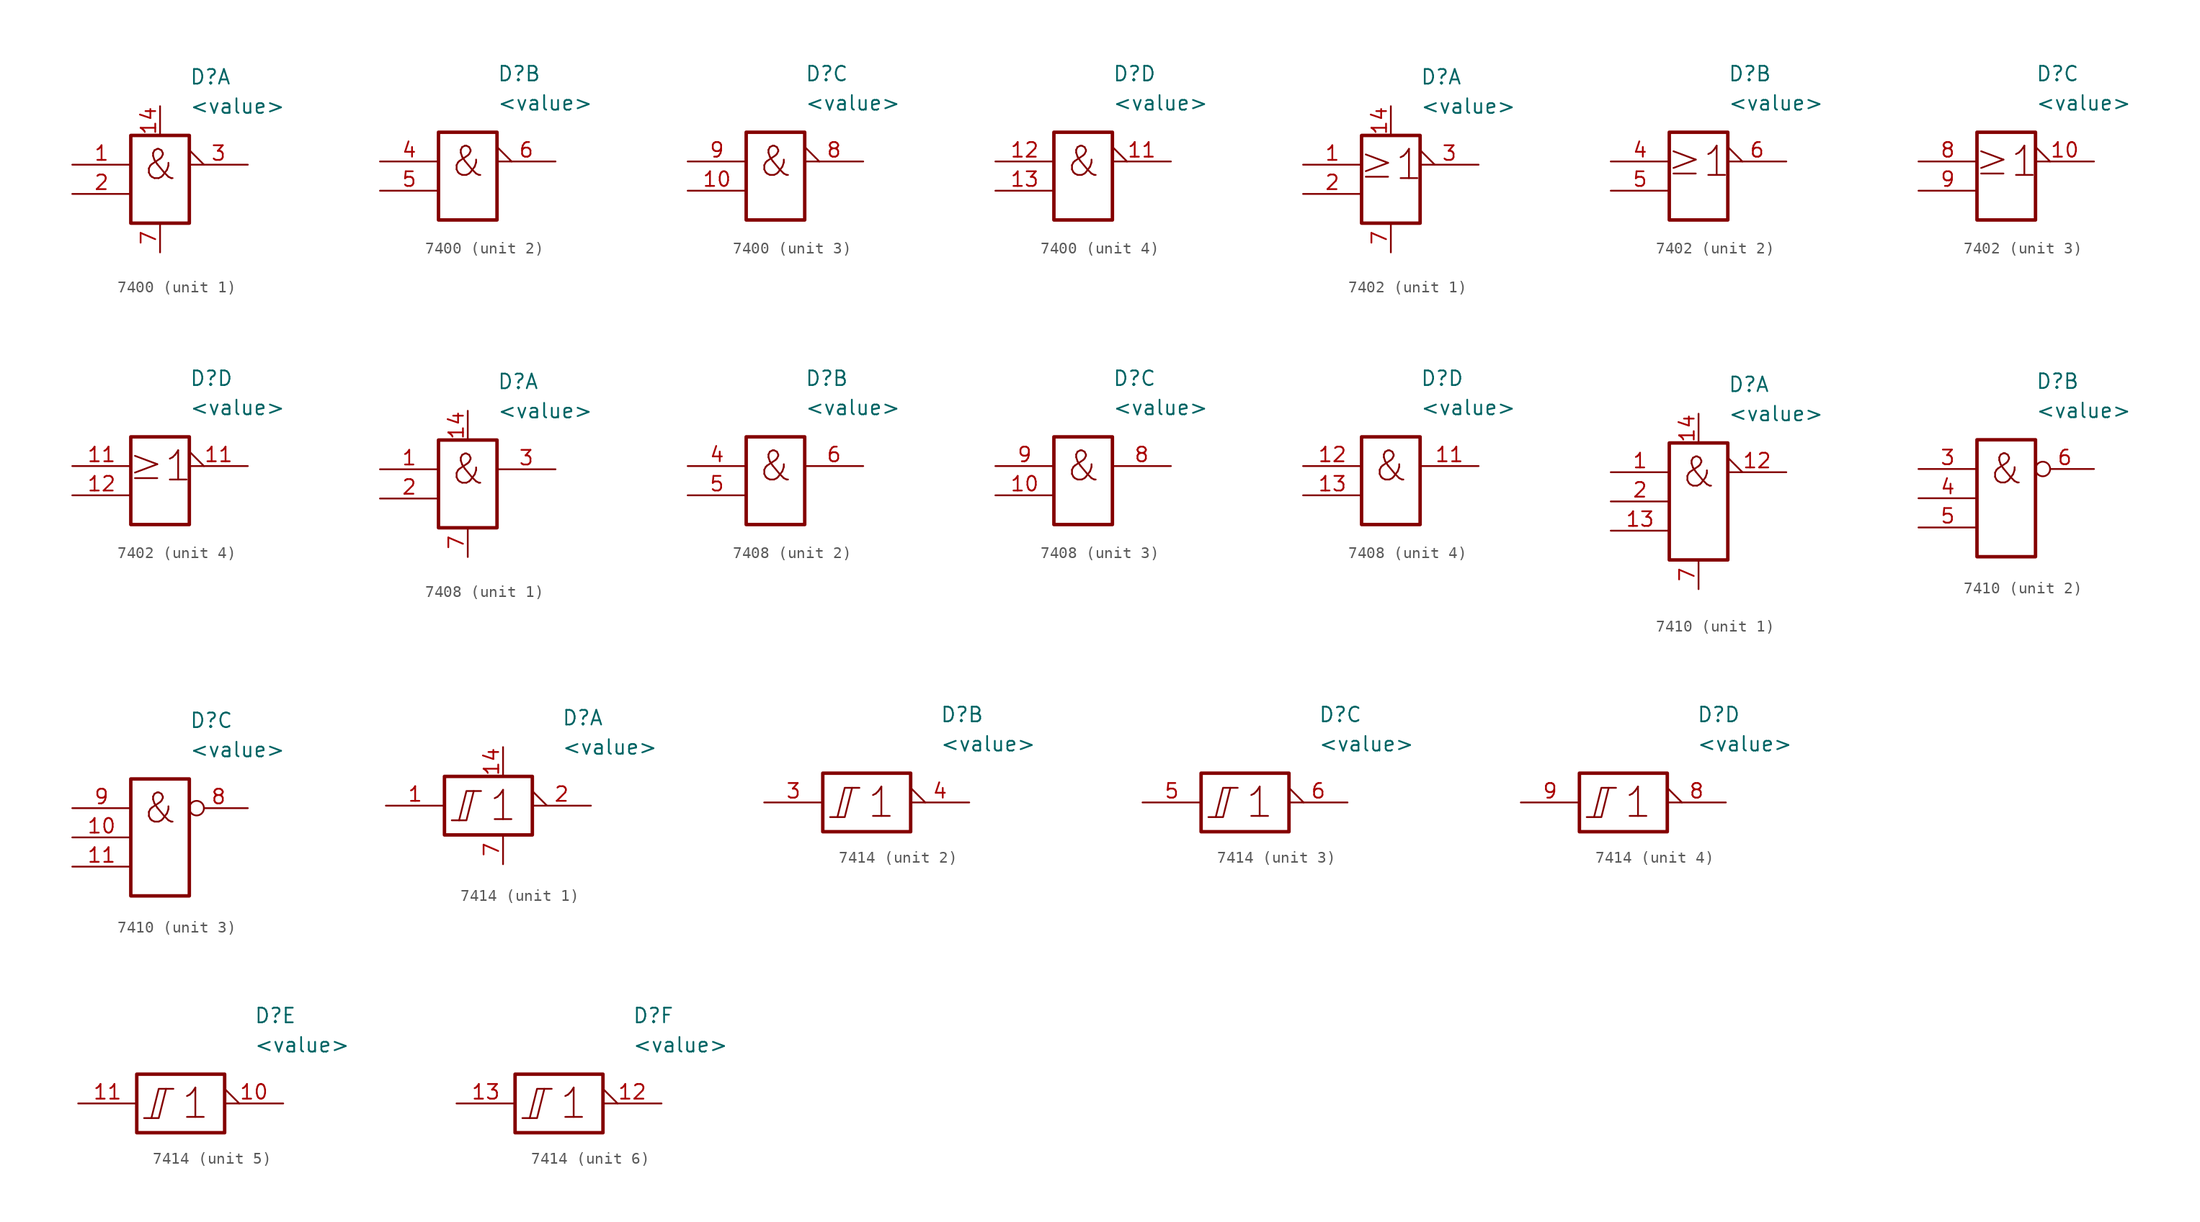
<source format=kicad_sym>
(kicad_symbol_lib
  (version 20231120)
  (generator "kicad_symbol_editor")
  (generator_version "8.0")
  (symbol "7400"
    (pin_names
      (offset 1) hide)
    (property "Reference" "D"
      (at 2.54 7.62 0)
      (effects (font (size 1.27 1.27)) (justify left)))
    (property "Value" "<value>"
      (at 2.54 5.08 0)
      (effects (font (size 1.27 1.27)) (justify left)))
    (symbol "7400_0_1"
      (rectangle (start -2.54 2.54) (end 2.54 -5.08) (stroke (width 0.3) (type default)) (fill (type none)))
      (text "&" (at 0 0 0) (effects (font (size 2.54 2.54)))))
    (symbol "7400_1_1"
      (pin input line (at -7.62 0 0) (length 5.08) (name "" (effects (font (size 1.27 1.27)))) (number "1" (effects (font (size 1.27 1.27)))))
      (pin power_in line (at 0 5.08 270) (length 2.54) (name "" (effects (font (size 1.27 1.27)))) (number "14" (effects (font (size 1.27 1.27)))))
      (pin input line (at -7.62 -2.54 0) (length 5.08) (name "" (effects (font (size 1.27 1.27)))) (number "2" (effects (font (size 1.27 1.27)))))
      (pin output output_low (at 7.62 0 180) (length 5.08) (name "" (effects (font (size 1.27 1.27)))) (number "3" (effects (font (size 1.27 1.27)))))
      (pin power_in line (at 0 -7.62 90) (length 2.54) (name "" (effects (font (size 1.27 1.27)))) (number "7" (effects (font (size 1.27 1.27))))))
    (symbol "7400_2_1"
      (pin input line (at -7.62 0 0) (length 5.08) (name "" (effects (font (size 1.27 1.27)))) (number "4" (effects (font (size 1.27 1.27)))))
      (pin input line (at -7.62 -2.54 0) (length 5.08) (name "" (effects (font (size 1.27 1.27)))) (number "5" (effects (font (size 1.27 1.27)))))
      (pin output output_low (at 7.62 0 180) (length 5.08) (name "" (effects (font (size 1.27 1.27)))) (number "6" (effects (font (size 1.27 1.27))))))
    (symbol "7400_3_1"
      (pin input line (at -7.62 -2.54 0) (length 5.08) (name "" (effects (font (size 1.27 1.27)))) (number "10" (effects (font (size 1.27 1.27)))))
      (pin output output_low (at 7.62 0 180) (length 5.08) (name "" (effects (font (size 1.27 1.27)))) (number "8" (effects (font (size 1.27 1.27)))))
      (pin input line (at -7.62 0 0) (length 5.08) (name "" (effects (font (size 1.27 1.27)))) (number "9" (effects (font (size 1.27 1.27))))))
    (symbol "7400_4_1"
      (pin output output_low (at 7.62 0 180) (length 5.08) (name "" (effects (font (size 1.27 1.27)))) (number "11" (effects (font (size 1.27 1.27)))))
      (pin input line (at -7.62 0 0) (length 5.08) (name "" (effects (font (size 1.27 1.27)))) (number "12" (effects (font (size 1.27 1.27)))))
      (pin input line (at -7.62 -2.54 0) (length 5.08) (name "" (effects (font (size 1.27 1.27)))) (number "13" (effects (font (size 1.27 1.27)))))))
  (symbol "7402"
    (pin_names
      (offset 1) hide)
    (property "Reference" "D"
      (at 2.54 7.62 0)
      (effects (font (size 1.27 1.27)) (justify left)))
    (property "Value" "<value>"
      (at 2.54 5.08 0)
      (effects (font (size 1.27 1.27)) (justify left)))
    (symbol "7402_0_1"
      (rectangle (start -2.54 2.54) (end 2.54 -5.08) (stroke (width 0.3) (type default)) (fill (type none)))
      (text "≥1" (at 0 0 0) (effects (font (size 2.54 2.54)))))
    (symbol "7402_1_1"
      (pin input line (at -7.62 0 0) (length 5.08) (name "" (effects (font (size 1.27 1.27)))) (number "1" (effects (font (size 1.27 1.27)))))
      (pin power_in line (at 0 5.08 270) (length 2.54) (name "" (effects (font (size 1.27 1.27)))) (number "14" (effects (font (size 1.27 1.27)))))
      (pin input line (at -7.62 -2.54 0) (length 5.08) (name "" (effects (font (size 1.27 1.27)))) (number "2" (effects (font (size 1.27 1.27)))))
      (pin output output_low (at 7.62 0 180) (length 5.08) (name "" (effects (font (size 1.27 1.27)))) (number "3" (effects (font (size 1.27 1.27)))))
      (pin power_in line (at 0 -7.62 90) (length 2.54) (name "" (effects (font (size 1.27 1.27)))) (number "7" (effects (font (size 1.27 1.27))))))
    (symbol "7402_2_1"
      (pin input line (at -7.62 0 0) (length 5.08) (name "" (effects (font (size 1.27 1.27)))) (number "4" (effects (font (size 1.27 1.27)))))
      (pin input line (at -7.62 -2.54 0) (length 5.08) (name "" (effects (font (size 1.27 1.27)))) (number "5" (effects (font (size 1.27 1.27)))))
      (pin output output_low (at 7.62 0 180) (length 5.08) (name "" (effects (font (size 1.27 1.27)))) (number "6" (effects (font (size 1.27 1.27))))))
    (symbol "7402_3_1"
      (pin output output_low (at 7.62 0 180) (length 5.08) (name "" (effects (font (size 1.27 1.27)))) (number "10" (effects (font (size 1.27 1.27)))))
      (pin input line (at -7.62 0 0) (length 5.08) (name "" (effects (font (size 1.27 1.27)))) (number "8" (effects (font (size 1.27 1.27)))))
      (pin input line (at -7.62 -2.54 0) (length 5.08) (name "" (effects (font (size 1.27 1.27)))) (number "9" (effects (font (size 1.27 1.27))))))
    (symbol "7402_4_1"
      (pin input line (at -7.62 0 0) (length 5.08) (name "" (effects (font (size 1.27 1.27)))) (number "11" (effects (font (size 1.27 1.27)))))
      (pin output output_low (at 7.62 0 180) (length 5.08) (name "" (effects (font (size 1.27 1.27)))) (number "11" (effects (font (size 1.27 1.27)))))
      (pin input line (at -7.62 -2.54 0) (length 5.08) (name "" (effects (font (size 1.27 1.27)))) (number "12" (effects (font (size 1.27 1.27)))))))
  (symbol "7408"
    (pin_names
      (offset 1) hide)
    (property "Reference" "D"
      (at 2.54 7.62 0)
      (effects (font (size 1.27 1.27)) (justify left)))
    (property "Value" "<value>"
      (at 2.54 5.08 0)
      (effects (font (size 1.27 1.27)) (justify left)))
    (symbol "7408_0_1"
      (rectangle (start -2.54 2.54) (end 2.54 -5.08) (stroke (width 0.3) (type default)) (fill (type none)))
      (text "&" (at 0 0 0) (effects (font (size 2.54 2.54)))))
    (symbol "7408_1_1"
      (pin input line (at -7.62 0 0) (length 5.08) (name "" (effects (font (size 1.27 1.27)))) (number "1" (effects (font (size 1.27 1.27)))))
      (pin power_in line (at 0 5.08 270) (length 2.54) (name "" (effects (font (size 1.27 1.27)))) (number "14" (effects (font (size 1.27 1.27)))))
      (pin input line (at -7.62 -2.54 0) (length 5.08) (name "" (effects (font (size 1.27 1.27)))) (number "2" (effects (font (size 1.27 1.27)))))
      (pin output line (at 7.62 0 180) (length 5.08) (name "" (effects (font (size 1.27 1.27)))) (number "3" (effects (font (size 1.27 1.27)))))
      (pin power_in line (at 0 -7.62 90) (length 2.54) (name "" (effects (font (size 1.27 1.27)))) (number "7" (effects (font (size 1.27 1.27))))))
    (symbol "7408_2_1"
      (pin input line (at -7.62 0 0) (length 5.08) (name "" (effects (font (size 1.27 1.27)))) (number "4" (effects (font (size 1.27 1.27)))))
      (pin input line (at -7.62 -2.54 0) (length 5.08) (name "" (effects (font (size 1.27 1.27)))) (number "5" (effects (font (size 1.27 1.27)))))
      (pin output line (at 7.62 0 180) (length 5.08) (name "" (effects (font (size 1.27 1.27)))) (number "6" (effects (font (size 1.27 1.27))))))
    (symbol "7408_3_1"
      (pin input line (at -7.62 -2.54 0) (length 5.08) (name "" (effects (font (size 1.27 1.27)))) (number "10" (effects (font (size 1.27 1.27)))))
      (pin output line (at 7.62 0 180) (length 5.08) (name "" (effects (font (size 1.27 1.27)))) (number "8" (effects (font (size 1.27 1.27)))))
      (pin input line (at -7.62 0 0) (length 5.08) (name "" (effects (font (size 1.27 1.27)))) (number "9" (effects (font (size 1.27 1.27))))))
    (symbol "7408_4_1"
      (pin output line (at 7.62 0 180) (length 5.08) (name "" (effects (font (size 1.27 1.27)))) (number "11" (effects (font (size 1.27 1.27)))))
      (pin input line (at -7.62 0 0) (length 5.08) (name "" (effects (font (size 1.27 1.27)))) (number "12" (effects (font (size 1.27 1.27)))))
      (pin input line (at -7.62 -2.54 0) (length 5.08) (name "" (effects (font (size 1.27 1.27)))) (number "13" (effects (font (size 1.27 1.27)))))))
  (symbol "7410"
    (pin_names
      (offset 1) hide)
    (property "Reference" "D"
      (at 2.54 7.62 0)
      (effects (font (size 1.27 1.27)) (justify left)))
    (property "Value" "<value>"
      (at 2.54 5.08 0)
      (effects (font (size 1.27 1.27)) (justify left)))
    (symbol "7410_0_1"
      (rectangle (start -2.54 2.54) (end 2.54 -7.62) (stroke (width 0.3) (type default)) (fill (type none)))
      (text "&" (at 0 0 0) (effects (font (size 2.54 2.54)))))
    (symbol "7410_1_1"
      (pin input line (at -7.62 0 0) (length 5.08) (name "" (effects (font (size 1.27 1.27)))) (number "1" (effects (font (size 1.27 1.27)))))
      (pin input output_low (at 7.62 0 180) (length 5.08) (name "" (effects (font (size 1.27 1.27)))) (number "12" (effects (font (size 1.27 1.27)))))
      (pin input line (at -7.62 -5.08 0) (length 5.08) (name "" (effects (font (size 1.27 1.27)))) (number "13" (effects (font (size 1.27 1.27)))))
      (pin power_in line (at 0 5.08 270) (length 2.54) (name "" (effects (font (size 1.27 1.27)))) (number "14" (effects (font (size 1.27 1.27)))))
      (pin input line (at -7.62 -2.54 0) (length 5.08) (name "" (effects (font (size 1.27 1.27)))) (number "2" (effects (font (size 1.27 1.27)))))
      (pin power_in line (at 0 -10.16 90) (length 2.54) (name "" (effects (font (size 1.27 1.27)))) (number "7" (effects (font (size 1.27 1.27))))))
    (symbol "7410_2_1"
      (pin input line (at -7.62 0 0) (length 5.08) (name "" (effects (font (size 1.27 1.27)))) (number "3" (effects (font (size 1.27 1.27)))))
      (pin input line (at -7.62 -2.54 0) (length 5.08) (name "" (effects (font (size 1.27 1.27)))) (number "4" (effects (font (size 1.27 1.27)))))
      (pin input line (at -7.62 -5.08 0) (length 5.08) (name "" (effects (font (size 1.27 1.27)))) (number "5" (effects (font (size 1.27 1.27)))))
      (pin output inverted (at 7.62 0 180) (length 5.08) (name "" (effects (font (size 1.27 1.27)))) (number "6" (effects (font (size 1.27 1.27))))))
    (symbol "7410_3_1"
      (pin input line (at -7.62 -2.54 0) (length 5.08) (name "" (effects (font (size 1.27 1.27)))) (number "10" (effects (font (size 1.27 1.27)))))
      (pin input line (at -7.62 -5.08 0) (length 5.08) (name "" (effects (font (size 1.27 1.27)))) (number "11" (effects (font (size 1.27 1.27)))))
      (pin output inverted (at 7.62 0 180) (length 5.08) (name "" (effects (font (size 1.27 1.27)))) (number "8" (effects (font (size 1.27 1.27)))))
      (pin input line (at -7.62 0 0) (length 5.08) (name "" (effects (font (size 1.27 1.27)))) (number "9" (effects (font (size 1.27 1.27)))))))
  (symbol "7414"
    (pin_names
      (offset 1) hide)
    (property "Reference" "D"
      (at 7.62 7.62 0)
      (effects (font (size 1.27 1.27)) (justify left)))
    (property "Value" "<value>"
      (at 7.62 5.08 0)
      (effects (font (size 1.27 1.27)) (justify left)))
    (symbol "7414_0_1"
      (rectangle (start -2.54 2.54) (end 5.08 -2.54) (stroke (width 0.3) (type default)) (fill (type none)))
      (polyline (pts (xy 0 1.27) (xy -0.635 1.27) (xy -1.27 -1.27)) (stroke (width 0) (type default)) (fill (type none)))
      (polyline (pts (xy -1.905 -1.27) (xy -0.635 -1.27) (xy 0 1.27) (xy 0.635 1.27)) (stroke (width 0) (type default)) (fill (type none)))
      (text "1" (at 2.54 0 0) (effects (font (size 2.54 2.54)))))
    (symbol "7414_1_1"
      (pin input line (at -7.62 0 0) (length 5.08) (name "" (effects (font (size 1.27 1.27)))) (number "1" (effects (font (size 1.27 1.27)))))
      (pin power_in line (at 2.54 5.08 270) (length 2.54) (name "" (effects (font (size 1.27 1.27)))) (number "14" (effects (font (size 1.27 1.27)))))
      (pin output output_low (at 10.16 0 180) (length 5.08) (name "" (effects (font (size 1.27 1.27)))) (number "2" (effects (font (size 1.27 1.27)))))
      (pin power_in line (at 2.54 -5.08 90) (length 2.54) (name "" (effects (font (size 1.27 1.27)))) (number "7" (effects (font (size 1.27 1.27))))))
    (symbol "7414_2_1"
      (pin input line (at -7.62 0 0) (length 5.08) (name "" (effects (font (size 1.27 1.27)))) (number "3" (effects (font (size 1.27 1.27)))))
      (pin output output_low (at 10.16 0 180) (length 5.08) (name "" (effects (font (size 1.27 1.27)))) (number "4" (effects (font (size 1.27 1.27))))))
    (symbol "7414_3_1"
      (pin input line (at -7.62 0 0) (length 5.08) (name "" (effects (font (size 1.27 1.27)))) (number "5" (effects (font (size 1.27 1.27)))))
      (pin output output_low (at 10.16 0 180) (length 5.08) (name "" (effects (font (size 1.27 1.27)))) (number "6" (effects (font (size 1.27 1.27))))))
    (symbol "7414_4_1"
      (pin output output_low (at 10.16 0 180) (length 5.08) (name "" (effects (font (size 1.27 1.27)))) (number "8" (effects (font (size 1.27 1.27)))))
      (pin input line (at -7.62 0 0) (length 5.08) (name "" (effects (font (size 1.27 1.27)))) (number "9" (effects (font (size 1.27 1.27))))))
    (symbol "7414_5_1"
      (pin output output_low (at 10.16 0 180) (length 5.08) (name "" (effects (font (size 1.27 1.27)))) (number "10" (effects (font (size 1.27 1.27)))))
      (pin input line (at -7.62 0 0) (length 5.08) (name "" (effects (font (size 1.27 1.27)))) (number "11" (effects (font (size 1.27 1.27))))))
    (symbol "7414_6_1"
      (pin output output_low (at 10.16 0 180) (length 5.08) (name "" (effects (font (size 1.27 1.27)))) (number "12" (effects (font (size 1.27 1.27)))))
      (pin input line (at -7.62 0 0) (length 5.08) (name "" (effects (font (size 1.27 1.27)))) (number "13" (effects (font (size 1.27 1.27))))))))
</source>
